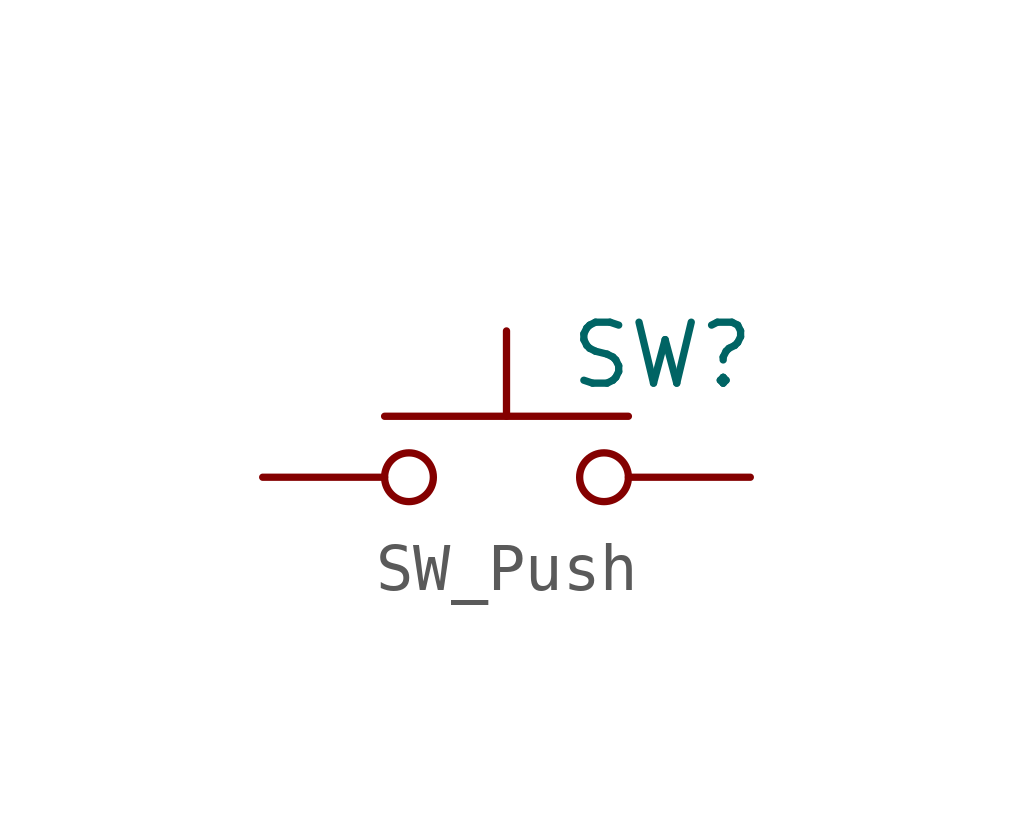
<source format=kicad_sym>
(kicad_symbol_lib
  (version 20211014)
  (generator kicad_symbol_editor)
  (symbol "SW_Push"
    (pin_numbers hide)
    (pin_names
      (offset 1.016) hide)
    (property "Reference" "SW"
      (at 1.27 2.54 0)
      (effects (font (size 1.27 1.27)) (justify left)))
    (property "Footprint" ""
      (at 0 5.08 0)
      (effects (font (size 1.27 1.27))))
    (property "Datasheet" ""
      (at 0 5.08 0)
      (effects (font (size 1.27 1.27))))
    (symbol "SW_Push_0_1"
      (circle (center -2.032 0) (radius 0.508) (stroke (width 0) (type default) (color 0 0 0 0)) (fill (type none)))
      (polyline (pts (xy 0 1.27) (xy 0 3.048)) (stroke (width 0) (type default) (color 0 0 0 0)) (fill (type none)))
      (polyline (pts (xy 2.54 1.27) (xy -2.54 1.27)) (stroke (width 0) (type default) (color 0 0 0 0)) (fill (type none)))
      (circle (center 2.032 0) (radius 0.508) (stroke (width 0) (type default) (color 0 0 0 0)) (fill (type none)))
      (pin passive line (at -5.08 0 0) (length 2.54) (name "1" (effects (font (size 1.27 1.27)))) (number "1" (effects (font (size 1.27 1.27)))))
      (pin passive line (at 5.08 0 180) (length 2.54) (name "2" (effects (font (size 1.27 1.27)))) (number "2" (effects (font (size 1.27 1.27))))))))
</source>
